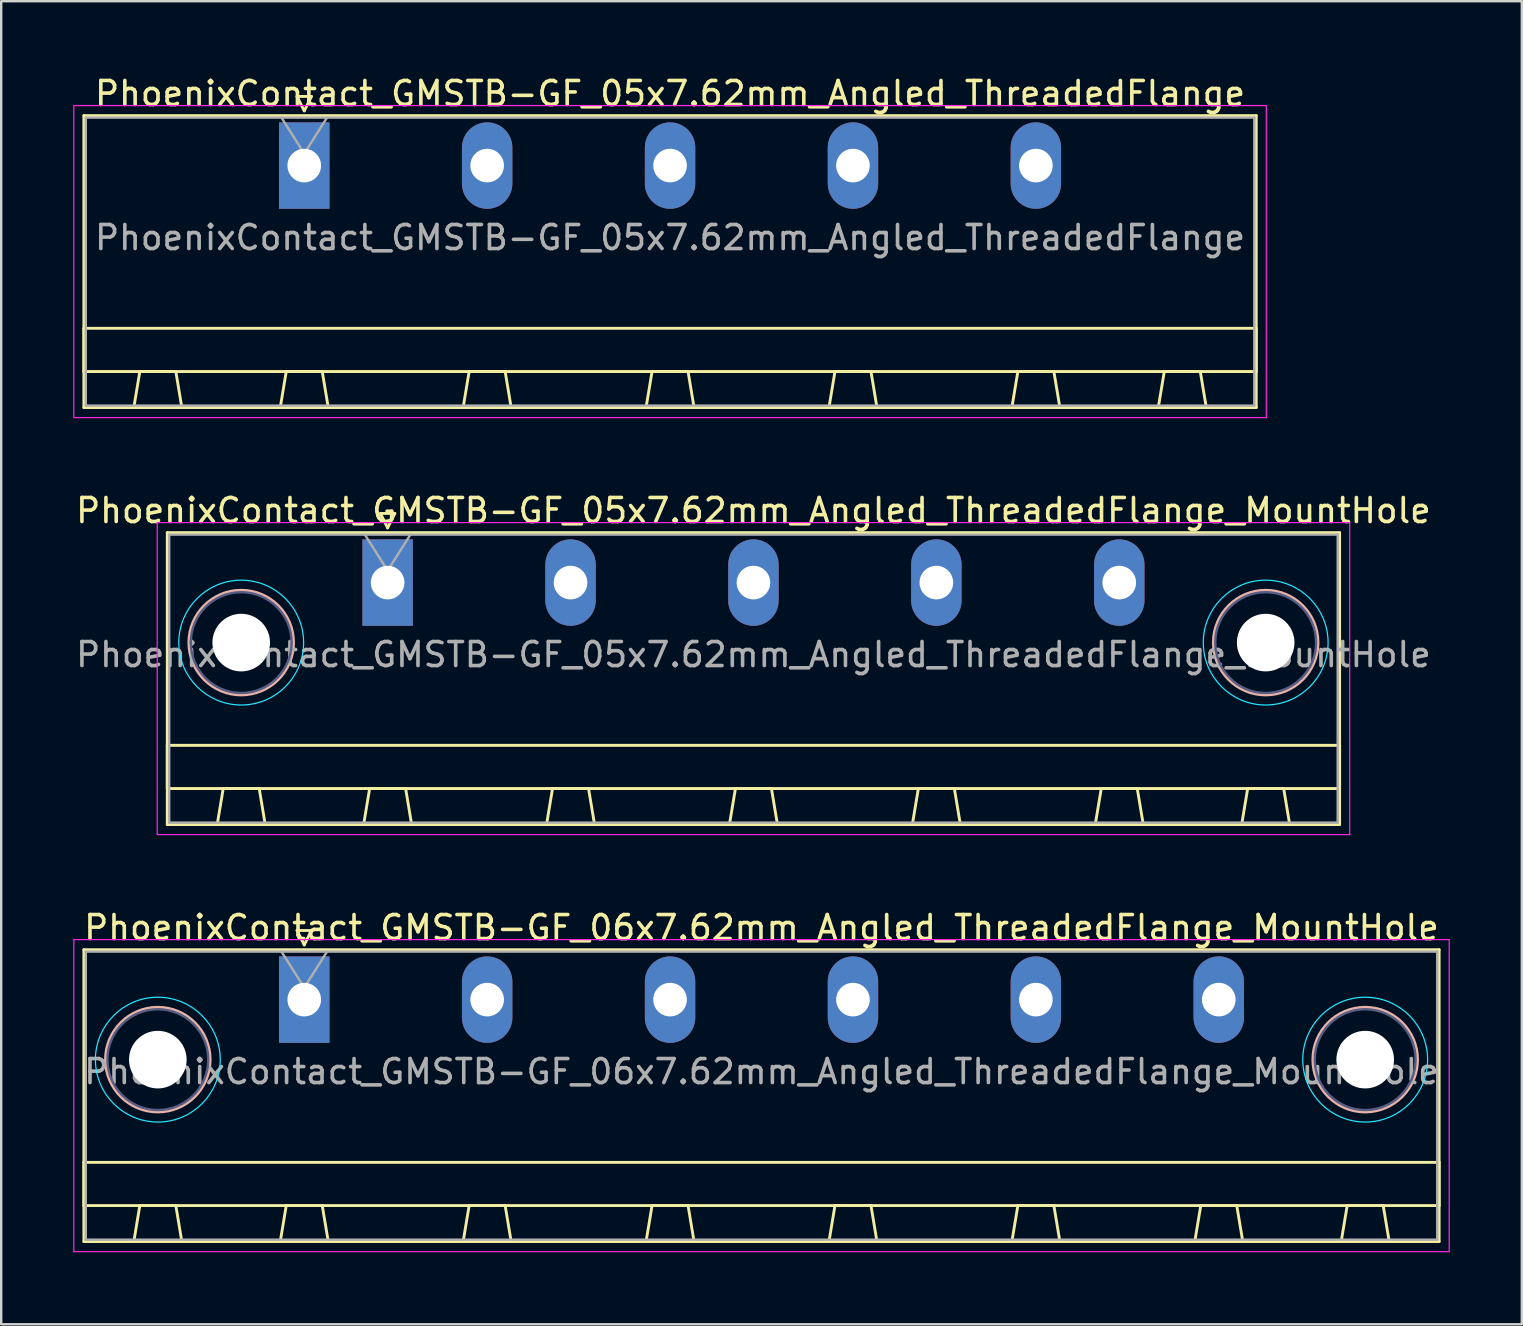
<source format=kicad_pcb>
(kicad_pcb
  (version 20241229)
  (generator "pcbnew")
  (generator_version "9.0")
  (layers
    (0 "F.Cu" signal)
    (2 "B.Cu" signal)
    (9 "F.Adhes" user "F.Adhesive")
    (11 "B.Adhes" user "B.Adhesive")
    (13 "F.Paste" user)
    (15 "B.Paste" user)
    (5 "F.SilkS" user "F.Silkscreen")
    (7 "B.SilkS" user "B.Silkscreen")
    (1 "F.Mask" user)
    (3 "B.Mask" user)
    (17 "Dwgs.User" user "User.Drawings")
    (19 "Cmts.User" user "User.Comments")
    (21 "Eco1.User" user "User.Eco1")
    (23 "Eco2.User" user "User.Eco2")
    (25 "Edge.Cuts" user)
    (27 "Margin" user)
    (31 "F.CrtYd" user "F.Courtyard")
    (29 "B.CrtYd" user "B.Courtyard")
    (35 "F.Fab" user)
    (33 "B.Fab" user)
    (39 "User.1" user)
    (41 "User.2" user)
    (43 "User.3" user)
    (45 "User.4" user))
  (footprint "PhoenixContact_GMSTB-GF_05x7.62mm_Angled_ThreadedFlange"
    (layer "F.Cu")
    (at 9.625 3.848)
    (property "Reference" "PhoenixContact_GMSTB-GF_05x7.62mm_Angled_ThreadedFlange" (at 15.24 -3 0) (layer "F.SilkS") (effects (font (size 1 1) (thickness 0.15))))
    (attr through_hole)
    (fp_line (start -9.18 -2.08) (end -9.18 10.08) (stroke (width 0.12) (type solid)) (layer "F.SilkS"))
    (fp_line (start -9.18 6.78) (end 39.66 6.78) (stroke (width 0.12) (type solid)) (layer "F.SilkS"))
    (fp_line (start -9.18 8.58) (end -9.18 6.78) (stroke (width 0.12) (type solid)) (layer "F.SilkS"))
    (fp_line (start -9.18 10.08) (end 39.66 10.08) (stroke (width 0.12) (type solid)) (layer "F.SilkS"))
    (fp_line (start -7.1 10.08) (end -5.1 10.08) (stroke (width 0.12) (type solid)) (layer "F.SilkS"))
    (fp_line (start -6.85 8.58) (end -7.1 10.08) (stroke (width 0.12) (type solid)) (layer "F.SilkS"))
    (fp_line (start -5.35 8.58) (end -6.85 8.58) (stroke (width 0.12) (type solid)) (layer "F.SilkS"))
    (fp_line (start -5.1 10.08) (end -5.35 8.58) (stroke (width 0.12) (type solid)) (layer "F.SilkS"))
    (fp_line (start -1 10.08) (end 1 10.08) (stroke (width 0.12) (type solid)) (layer "F.SilkS"))
    (fp_line (start -0.75 8.58) (end -1 10.08) (stroke (width 0.12) (type solid)) (layer "F.SilkS"))
    (fp_line (start -0.3 -2.88) (end 0.3 -2.88) (stroke (width 0.12) (type solid)) (layer "F.SilkS"))
    (fp_line (start 0 -2.28) (end -0.3 -2.88) (stroke (width 0.12) (type solid)) (layer "F.SilkS"))
    (fp_line (start 0.3 -2.88) (end 0 -2.28) (stroke (width 0.12) (type solid)) (layer "F.SilkS"))
    (fp_line (start 0.75 8.58) (end -0.75 8.58) (stroke (width 0.12) (type solid)) (layer "F.SilkS"))
    (fp_line (start 1 10.08) (end 0.75 8.58) (stroke (width 0.12) (type solid)) (layer "F.SilkS"))
    (fp_line (start 6.62 10.08) (end 8.62 10.08) (stroke (width 0.12) (type solid)) (layer "F.SilkS"))
    (fp_line (start 6.87 8.58) (end 6.62 10.08) (stroke (width 0.12) (type solid)) (layer "F.SilkS"))
    (fp_line (start 8.37 8.58) (end 6.87 8.58) (stroke (width 0.12) (type solid)) (layer "F.SilkS"))
    (fp_line (start 8.62 10.08) (end 8.37 8.58) (stroke (width 0.12) (type solid)) (layer "F.SilkS"))
    (fp_line (start 14.24 10.08) (end 16.24 10.08) (stroke (width 0.12) (type solid)) (layer "F.SilkS"))
    (fp_line (start 14.49 8.58) (end 14.24 10.08) (stroke (width 0.12) (type solid)) (layer "F.SilkS"))
    (fp_line (start 15.99 8.58) (end 14.49 8.58) (stroke (width 0.12) (type solid)) (layer "F.SilkS"))
    (fp_line (start 16.24 10.08) (end 15.99 8.58) (stroke (width 0.12) (type solid)) (layer "F.SilkS"))
    (fp_line (start 21.86 10.08) (end 23.86 10.08) (stroke (width 0.12) (type solid)) (layer "F.SilkS"))
    (fp_line (start 22.11 8.58) (end 21.86 10.08) (stroke (width 0.12) (type solid)) (layer "F.SilkS"))
    (fp_line (start 23.61 8.58) (end 22.11 8.58) (stroke (width 0.12) (type solid)) (layer "F.SilkS"))
    (fp_line (start 23.86 10.08) (end 23.61 8.58) (stroke (width 0.12) (type solid)) (layer "F.SilkS"))
    (fp_line (start 29.48 10.08) (end 31.48 10.08) (stroke (width 0.12) (type solid)) (layer "F.SilkS"))
    (fp_line (start 29.73 8.58) (end 29.48 10.08) (stroke (width 0.12) (type solid)) (layer "F.SilkS"))
    (fp_line (start 31.23 8.58) (end 29.73 8.58) (stroke (width 0.12) (type solid)) (layer "F.SilkS"))
    (fp_line (start 31.48 10.08) (end 31.23 8.58) (stroke (width 0.12) (type solid)) (layer "F.SilkS"))
    (fp_line (start 35.58 10.08) (end 37.58 10.08) (stroke (width 0.12) (type solid)) (layer "F.SilkS"))
    (fp_line (start 35.83 8.58) (end 35.58 10.08) (stroke (width 0.12) (type solid)) (layer "F.SilkS"))
    (fp_line (start 37.33 8.58) (end 35.83 8.58) (stroke (width 0.12) (type solid)) (layer "F.SilkS"))
    (fp_line (start 37.58 10.08) (end 37.33 8.58) (stroke (width 0.12) (type solid)) (layer "F.SilkS"))
    (fp_line (start 39.66 -2.08) (end -9.18 -2.08) (stroke (width 0.12) (type solid)) (layer "F.SilkS"))
    (fp_line (start 39.66 6.78) (end 39.66 8.58) (stroke (width 0.12) (type solid)) (layer "F.SilkS"))
    (fp_line (start 39.66 8.58) (end -9.18 8.58) (stroke (width 0.12) (type solid)) (layer "F.SilkS"))
    (fp_line (start 39.66 10.08) (end 39.66 -2.08) (stroke (width 0.12) (type solid)) (layer "F.SilkS"))
    (fp_line (start -9.6 -2.5) (end -9.6 10.5) (stroke (width 0.05) (type solid)) (layer "F.CrtYd"))
    (fp_line (start -9.6 10.5) (end 40.08 10.5) (stroke (width 0.05) (type solid)) (layer "F.CrtYd"))
    (fp_line (start 40.08 -2.5) (end -9.6 -2.5) (stroke (width 0.05) (type solid)) (layer "F.CrtYd"))
    (fp_line (start 40.08 10.5) (end 40.08 -2.5) (stroke (width 0.05) (type solid)) (layer "F.CrtYd"))
    (fp_line (start -9.1 -2) (end -9.1 10) (stroke (width 0.1) (type solid)) (layer "F.Fab"))
    (fp_line (start -9.1 10) (end 39.58 10) (stroke (width 0.1) (type solid)) (layer "F.Fab"))
    (fp_line (start 0 -0.5) (end -0.95 -2) (stroke (width 0.1) (type solid)) (layer "F.Fab"))
    (fp_line (start 0.95 -2) (end 0 -0.5) (stroke (width 0.1) (type solid)) (layer "F.Fab"))
    (fp_line (start 39.58 -2) (end -9.1 -2) (stroke (width 0.1) (type solid)) (layer "F.Fab"))
    (fp_line (start 39.58 10) (end 39.58 -2) (stroke (width 0.1) (type solid)) (layer "F.Fab"))
    (fp_text user "${REFERENCE}" (at 15.24 3 0) (layer "F.Fab") (effects (font (size 1 1) (thickness 0.15))))
    (pad "1" thru_hole rect (at 0 0) (size 2.1 3.6) (drill 1.4) (layers "*.Cu" "*.Mask"))
    (pad "2" thru_hole oval (at 7.62 0) (size 2.1 3.6) (drill 1.4) (layers "*.Cu" "*.Mask"))
    (pad "3" thru_hole oval (at 15.24 0) (size 2.1 3.6) (drill 1.4) (layers "*.Cu" "*.Mask"))
    (pad "4" thru_hole oval (at 22.86 0) (size 2.1 3.6) (drill 1.4) (layers "*.Cu" "*.Mask"))
    (pad "5" thru_hole oval (at 30.48 0) (size 2.1 3.6) (drill 1.4) (layers "*.Cu" "*.Mask")))
  (footprint "PhoenixContact_GMSTB-GF_06x7.62mm_Angled_ThreadedFlange_MountHole"
    (layer "F.Cu")
    (at 9.625 38.595)
    (property "Reference" "PhoenixContact_GMSTB-GF_06x7.62mm_Angled_ThreadedFlange_MountHole" (at 19.05 -3 0) (layer "F.SilkS") (effects (font (size 1 1) (thickness 0.15))))
    (attr through_hole)
    (fp_line (start -9.18 -2.08) (end -9.18 10.08) (stroke (width 0.12) (type solid)) (layer "F.SilkS"))
    (fp_line (start -9.18 6.78) (end 47.28 6.78) (stroke (width 0.12) (type solid)) (layer "F.SilkS"))
    (fp_line (start -9.18 8.58) (end -9.18 6.78) (stroke (width 0.12) (type solid)) (layer "F.SilkS"))
    (fp_line (start -9.18 10.08) (end 47.28 10.08) (stroke (width 0.12) (type solid)) (layer "F.SilkS"))
    (fp_line (start -7.1 10.08) (end -5.1 10.08) (stroke (width 0.12) (type solid)) (layer "F.SilkS"))
    (fp_line (start -6.85 8.58) (end -7.1 10.08) (stroke (width 0.12) (type solid)) (layer "F.SilkS"))
    (fp_line (start -5.35 8.58) (end -6.85 8.58) (stroke (width 0.12) (type solid)) (layer "F.SilkS"))
    (fp_line (start -5.1 10.08) (end -5.35 8.58) (stroke (width 0.12) (type solid)) (layer "F.SilkS"))
    (fp_line (start -1 10.08) (end 1 10.08) (stroke (width 0.12) (type solid)) (layer "F.SilkS"))
    (fp_line (start -0.75 8.58) (end -1 10.08) (stroke (width 0.12) (type solid)) (layer "F.SilkS"))
    (fp_line (start -0.3 -2.88) (end 0.3 -2.88) (stroke (width 0.12) (type solid)) (layer "F.SilkS"))
    (fp_line (start 0 -2.28) (end -0.3 -2.88) (stroke (width 0.12) (type solid)) (layer "F.SilkS"))
    (fp_line (start 0.3 -2.88) (end 0 -2.28) (stroke (width 0.12) (type solid)) (layer "F.SilkS"))
    (fp_line (start 0.75 8.58) (end -0.75 8.58) (stroke (width 0.12) (type solid)) (layer "F.SilkS"))
    (fp_line (start 1 10.08) (end 0.75 8.58) (stroke (width 0.12) (type solid)) (layer "F.SilkS"))
    (fp_line (start 6.62 10.08) (end 8.62 10.08) (stroke (width 0.12) (type solid)) (layer "F.SilkS"))
    (fp_line (start 6.87 8.58) (end 6.62 10.08) (stroke (width 0.12) (type solid)) (layer "F.SilkS"))
    (fp_line (start 8.37 8.58) (end 6.87 8.58) (stroke (width 0.12) (type solid)) (layer "F.SilkS"))
    (fp_line (start 8.62 10.08) (end 8.37 8.58) (stroke (width 0.12) (type solid)) (layer "F.SilkS"))
    (fp_line (start 14.24 10.08) (end 16.24 10.08) (stroke (width 0.12) (type solid)) (layer "F.SilkS"))
    (fp_line (start 14.49 8.58) (end 14.24 10.08) (stroke (width 0.12) (type solid)) (layer "F.SilkS"))
    (fp_line (start 15.99 8.58) (end 14.49 8.58) (stroke (width 0.12) (type solid)) (layer "F.SilkS"))
    (fp_line (start 16.24 10.08) (end 15.99 8.58) (stroke (width 0.12) (type solid)) (layer "F.SilkS"))
    (fp_line (start 21.86 10.08) (end 23.86 10.08) (stroke (width 0.12) (type solid)) (layer "F.SilkS"))
    (fp_line (start 22.11 8.58) (end 21.86 10.08) (stroke (width 0.12) (type solid)) (layer "F.SilkS"))
    (fp_line (start 23.61 8.58) (end 22.11 8.58) (stroke (width 0.12) (type solid)) (layer "F.SilkS"))
    (fp_line (start 23.86 10.08) (end 23.61 8.58) (stroke (width 0.12) (type solid)) (layer "F.SilkS"))
    (fp_line (start 29.48 10.08) (end 31.48 10.08) (stroke (width 0.12) (type solid)) (layer "F.SilkS"))
    (fp_line (start 29.73 8.58) (end 29.48 10.08) (stroke (width 0.12) (type solid)) (layer "F.SilkS"))
    (fp_line (start 31.23 8.58) (end 29.73 8.58) (stroke (width 0.12) (type solid)) (layer "F.SilkS"))
    (fp_line (start 31.48 10.08) (end 31.23 8.58) (stroke (width 0.12) (type solid)) (layer "F.SilkS"))
    (fp_line (start 37.1 10.08) (end 39.1 10.08) (stroke (width 0.12) (type solid)) (layer "F.SilkS"))
    (fp_line (start 37.35 8.58) (end 37.1 10.08) (stroke (width 0.12) (type solid)) (layer "F.SilkS"))
    (fp_line (start 38.85 8.58) (end 37.35 8.58) (stroke (width 0.12) (type solid)) (layer "F.SilkS"))
    (fp_line (start 39.1 10.08) (end 38.85 8.58) (stroke (width 0.12) (type solid)) (layer "F.SilkS"))
    (fp_line (start 43.2 10.08) (end 45.2 10.08) (stroke (width 0.12) (type solid)) (layer "F.SilkS"))
    (fp_line (start 43.45 8.58) (end 43.2 10.08) (stroke (width 0.12) (type solid)) (layer "F.SilkS"))
    (fp_line (start 44.95 8.58) (end 43.45 8.58) (stroke (width 0.12) (type solid)) (layer "F.SilkS"))
    (fp_line (start 45.2 10.08) (end 44.95 8.58) (stroke (width 0.12) (type solid)) (layer "F.SilkS"))
    (fp_line (start 47.28 -2.08) (end -9.18 -2.08) (stroke (width 0.12) (type solid)) (layer "F.SilkS"))
    (fp_line (start 47.28 6.78) (end 47.28 8.58) (stroke (width 0.12) (type solid)) (layer "F.SilkS"))
    (fp_line (start 47.28 8.58) (end -9.18 8.58) (stroke (width 0.12) (type solid)) (layer "F.SilkS"))
    (fp_line (start 47.28 10.08) (end 47.28 -2.08) (stroke (width 0.12) (type solid)) (layer "F.SilkS"))
    (fp_circle (center -6.1 2.5) (end -3.92 2.5) (stroke (width 0.12) (type solid)) (fill no) (layer "B.SilkS"))
    (fp_circle (center 44.2 2.5) (end 46.38 2.5) (stroke (width 0.12) (type solid)) (fill no) (layer "B.SilkS"))
    (fp_circle (center -6.1 2.5) (end -3.5 2.5) (stroke (width 0.05) (type solid)) (fill no) (layer "B.CrtYd"))
    (fp_circle (center 44.2 2.5) (end 46.8 2.5) (stroke (width 0.05) (type solid)) (fill no) (layer "B.CrtYd"))
    (fp_line (start -9.6 -2.5) (end -9.6 10.5) (stroke (width 0.05) (type solid)) (layer "F.CrtYd"))
    (fp_line (start -9.6 10.5) (end 47.7 10.5) (stroke (width 0.05) (type solid)) (layer "F.CrtYd"))
    (fp_line (start 47.7 -2.5) (end -9.6 -2.5) (stroke (width 0.05) (type solid)) (layer "F.CrtYd"))
    (fp_line (start 47.7 10.5) (end 47.7 -2.5) (stroke (width 0.05) (type solid)) (layer "F.CrtYd"))
    (fp_circle (center -6.1 2.5) (end -4 2.5) (stroke (width 0.1) (type solid)) (fill no) (layer "B.Fab"))
    (fp_circle (center 44.2 2.5) (end 46.3 2.5) (stroke (width 0.1) (type solid)) (fill no) (layer "B.Fab"))
    (fp_line (start -9.1 -2) (end -9.1 10) (stroke (width 0.1) (type solid)) (layer "F.Fab"))
    (fp_line (start -9.1 10) (end 47.2 10) (stroke (width 0.1) (type solid)) (layer "F.Fab"))
    (fp_line (start 0 -0.5) (end -0.95 -2) (stroke (width 0.1) (type solid)) (layer "F.Fab"))
    (fp_line (start 0.95 -2) (end 0 -0.5) (stroke (width 0.1) (type solid)) (layer "F.Fab"))
    (fp_line (start 47.2 -2) (end -9.1 -2) (stroke (width 0.1) (type solid)) (layer "F.Fab"))
    (fp_line (start 47.2 10) (end 47.2 -2) (stroke (width 0.1) (type solid)) (layer "F.Fab"))
    (fp_text user "${REFERENCE}" (at 19.05 3 0) (layer "F.Fab") (effects (font (size 1 1) (thickness 0.15))))
    (pad "" np_thru_hole circle (at -6.1 2.5) (size 2.4 2.4) (drill 2.4) (layers "*.Cu" "*.Mask"))
    (pad "" np_thru_hole circle (at 44.2 2.5) (size 2.4 2.4) (drill 2.4) (layers "*.Cu" "*.Mask"))
    (pad "1" thru_hole rect (at 0 0) (size 2.1 3.6) (drill 1.4) (layers "*.Cu" "*.Mask"))
    (pad "2" thru_hole oval (at 7.62 0) (size 2.1 3.6) (drill 1.4) (layers "*.Cu" "*.Mask"))
    (pad "3" thru_hole oval (at 15.24 0) (size 2.1 3.6) (drill 1.4) (layers "*.Cu" "*.Mask"))
    (pad "4" thru_hole oval (at 22.86 0) (size 2.1 3.6) (drill 1.4) (layers "*.Cu" "*.Mask"))
    (pad "5" thru_hole oval (at 30.48 0) (size 2.1 3.6) (drill 1.4) (layers "*.Cu" "*.Mask"))
    (pad "6" thru_hole oval (at 38.1 0) (size 2.1 3.6) (drill 1.4) (layers "*.Cu" "*.Mask")))
  (footprint "PhoenixContact_GMSTB-GF_05x7.62mm_Angled_ThreadedFlange_MountHole"
    (layer "F.Cu")
    (at 13.099 21.221)
    (property "Reference" "PhoenixContact_GMSTB-GF_05x7.62mm_Angled_ThreadedFlange_MountHole" (at 15.24 -3 0) (layer "F.SilkS") (effects (font (size 1 1) (thickness 0.15))))
    (attr through_hole)
    (fp_line (start -9.18 -2.08) (end -9.18 10.08) (stroke (width 0.12) (type solid)) (layer "F.SilkS"))
    (fp_line (start -9.18 6.78) (end 39.66 6.78) (stroke (width 0.12) (type solid)) (layer "F.SilkS"))
    (fp_line (start -9.18 8.58) (end -9.18 6.78) (stroke (width 0.12) (type solid)) (layer "F.SilkS"))
    (fp_line (start -9.18 10.08) (end 39.66 10.08) (stroke (width 0.12) (type solid)) (layer "F.SilkS"))
    (fp_line (start -7.1 10.08) (end -5.1 10.08) (stroke (width 0.12) (type solid)) (layer "F.SilkS"))
    (fp_line (start -6.85 8.58) (end -7.1 10.08) (stroke (width 0.12) (type solid)) (layer "F.SilkS"))
    (fp_line (start -5.35 8.58) (end -6.85 8.58) (stroke (width 0.12) (type solid)) (layer "F.SilkS"))
    (fp_line (start -5.1 10.08) (end -5.35 8.58) (stroke (width 0.12) (type solid)) (layer "F.SilkS"))
    (fp_line (start -1 10.08) (end 1 10.08) (stroke (width 0.12) (type solid)) (layer "F.SilkS"))
    (fp_line (start -0.75 8.58) (end -1 10.08) (stroke (width 0.12) (type solid)) (layer "F.SilkS"))
    (fp_line (start -0.3 -2.88) (end 0.3 -2.88) (stroke (width 0.12) (type solid)) (layer "F.SilkS"))
    (fp_line (start 0 -2.28) (end -0.3 -2.88) (stroke (width 0.12) (type solid)) (layer "F.SilkS"))
    (fp_line (start 0.3 -2.88) (end 0 -2.28) (stroke (width 0.12) (type solid)) (layer "F.SilkS"))
    (fp_line (start 0.75 8.58) (end -0.75 8.58) (stroke (width 0.12) (type solid)) (layer "F.SilkS"))
    (fp_line (start 1 10.08) (end 0.75 8.58) (stroke (width 0.12) (type solid)) (layer "F.SilkS"))
    (fp_line (start 6.62 10.08) (end 8.62 10.08) (stroke (width 0.12) (type solid)) (layer "F.SilkS"))
    (fp_line (start 6.87 8.58) (end 6.62 10.08) (stroke (width 0.12) (type solid)) (layer "F.SilkS"))
    (fp_line (start 8.37 8.58) (end 6.87 8.58) (stroke (width 0.12) (type solid)) (layer "F.SilkS"))
    (fp_line (start 8.62 10.08) (end 8.37 8.58) (stroke (width 0.12) (type solid)) (layer "F.SilkS"))
    (fp_line (start 14.24 10.08) (end 16.24 10.08) (stroke (width 0.12) (type solid)) (layer "F.SilkS"))
    (fp_line (start 14.49 8.58) (end 14.24 10.08) (stroke (width 0.12) (type solid)) (layer "F.SilkS"))
    (fp_line (start 15.99 8.58) (end 14.49 8.58) (stroke (width 0.12) (type solid)) (layer "F.SilkS"))
    (fp_line (start 16.24 10.08) (end 15.99 8.58) (stroke (width 0.12) (type solid)) (layer "F.SilkS"))
    (fp_line (start 21.86 10.08) (end 23.86 10.08) (stroke (width 0.12) (type solid)) (layer "F.SilkS"))
    (fp_line (start 22.11 8.58) (end 21.86 10.08) (stroke (width 0.12) (type solid)) (layer "F.SilkS"))
    (fp_line (start 23.61 8.58) (end 22.11 8.58) (stroke (width 0.12) (type solid)) (layer "F.SilkS"))
    (fp_line (start 23.86 10.08) (end 23.61 8.58) (stroke (width 0.12) (type solid)) (layer "F.SilkS"))
    (fp_line (start 29.48 10.08) (end 31.48 10.08) (stroke (width 0.12) (type solid)) (layer "F.SilkS"))
    (fp_line (start 29.73 8.58) (end 29.48 10.08) (stroke (width 0.12) (type solid)) (layer "F.SilkS"))
    (fp_line (start 31.23 8.58) (end 29.73 8.58) (stroke (width 0.12) (type solid)) (layer "F.SilkS"))
    (fp_line (start 31.48 10.08) (end 31.23 8.58) (stroke (width 0.12) (type solid)) (layer "F.SilkS"))
    (fp_line (start 35.58 10.08) (end 37.58 10.08) (stroke (width 0.12) (type solid)) (layer "F.SilkS"))
    (fp_line (start 35.83 8.58) (end 35.58 10.08) (stroke (width 0.12) (type solid)) (layer "F.SilkS"))
    (fp_line (start 37.33 8.58) (end 35.83 8.58) (stroke (width 0.12) (type solid)) (layer "F.SilkS"))
    (fp_line (start 37.58 10.08) (end 37.33 8.58) (stroke (width 0.12) (type solid)) (layer "F.SilkS"))
    (fp_line (start 39.66 -2.08) (end -9.18 -2.08) (stroke (width 0.12) (type solid)) (layer "F.SilkS"))
    (fp_line (start 39.66 6.78) (end 39.66 8.58) (stroke (width 0.12) (type solid)) (layer "F.SilkS"))
    (fp_line (start 39.66 8.58) (end -9.18 8.58) (stroke (width 0.12) (type solid)) (layer "F.SilkS"))
    (fp_line (start 39.66 10.08) (end 39.66 -2.08) (stroke (width 0.12) (type solid)) (layer "F.SilkS"))
    (fp_circle (center -6.1 2.5) (end -3.92 2.5) (stroke (width 0.12) (type solid)) (fill no) (layer "B.SilkS"))
    (fp_circle (center 36.58 2.5) (end 38.76 2.5) (stroke (width 0.12) (type solid)) (fill no) (layer "B.SilkS"))
    (fp_circle (center -6.1 2.5) (end -3.5 2.5) (stroke (width 0.05) (type solid)) (fill no) (layer "B.CrtYd"))
    (fp_circle (center 36.58 2.5) (end 39.18 2.5) (stroke (width 0.05) (type solid)) (fill no) (layer "B.CrtYd"))
    (fp_line (start -9.6 -2.5) (end -9.6 10.5) (stroke (width 0.05) (type solid)) (layer "F.CrtYd"))
    (fp_line (start -9.6 10.5) (end 40.08 10.5) (stroke (width 0.05) (type solid)) (layer "F.CrtYd"))
    (fp_line (start 40.08 -2.5) (end -9.6 -2.5) (stroke (width 0.05) (type solid)) (layer "F.CrtYd"))
    (fp_line (start 40.08 10.5) (end 40.08 -2.5) (stroke (width 0.05) (type solid)) (layer "F.CrtYd"))
    (fp_circle (center -6.1 2.5) (end -4 2.5) (stroke (width 0.1) (type solid)) (fill no) (layer "B.Fab"))
    (fp_circle (center 36.58 2.5) (end 38.68 2.5) (stroke (width 0.1) (type solid)) (fill no) (layer "B.Fab"))
    (fp_line (start -9.1 -2) (end -9.1 10) (stroke (width 0.1) (type solid)) (layer "F.Fab"))
    (fp_line (start -9.1 10) (end 39.58 10) (stroke (width 0.1) (type solid)) (layer "F.Fab"))
    (fp_line (start 0 -0.5) (end -0.95 -2) (stroke (width 0.1) (type solid)) (layer "F.Fab"))
    (fp_line (start 0.95 -2) (end 0 -0.5) (stroke (width 0.1) (type solid)) (layer "F.Fab"))
    (fp_line (start 39.58 -2) (end -9.1 -2) (stroke (width 0.1) (type solid)) (layer "F.Fab"))
    (fp_line (start 39.58 10) (end 39.58 -2) (stroke (width 0.1) (type solid)) (layer "F.Fab"))
    (fp_text user "${REFERENCE}" (at 15.24 3 0) (layer "F.Fab") (effects (font (size 1 1) (thickness 0.15))))
    (pad "" np_thru_hole circle (at -6.1 2.5) (size 2.4 2.4) (drill 2.4) (layers "*.Cu" "*.Mask"))
    (pad "" np_thru_hole circle (at 36.58 2.5) (size 2.4 2.4) (drill 2.4) (layers "*.Cu" "*.Mask"))
    (pad "1" thru_hole rect (at 0 0) (size 2.1 3.6) (drill 1.4) (layers "*.Cu" "*.Mask"))
    (pad "2" thru_hole oval (at 7.62 0) (size 2.1 3.6) (drill 1.4) (layers "*.Cu" "*.Mask"))
    (pad "3" thru_hole oval (at 15.24 0) (size 2.1 3.6) (drill 1.4) (layers "*.Cu" "*.Mask"))
    (pad "4" thru_hole oval (at 22.86 0) (size 2.1 3.6) (drill 1.4) (layers "*.Cu" "*.Mask"))
    (pad "5" thru_hole oval (at 30.48 0) (size 2.1 3.6) (drill 1.4) (layers "*.Cu" "*.Mask")))
  (gr_rect
    (start -3 -3)
    (end 60.35 52.12)
    (stroke (width 0.1) (type default))
    (fill no)
    (layer "Edge.Cuts")))
</source>
